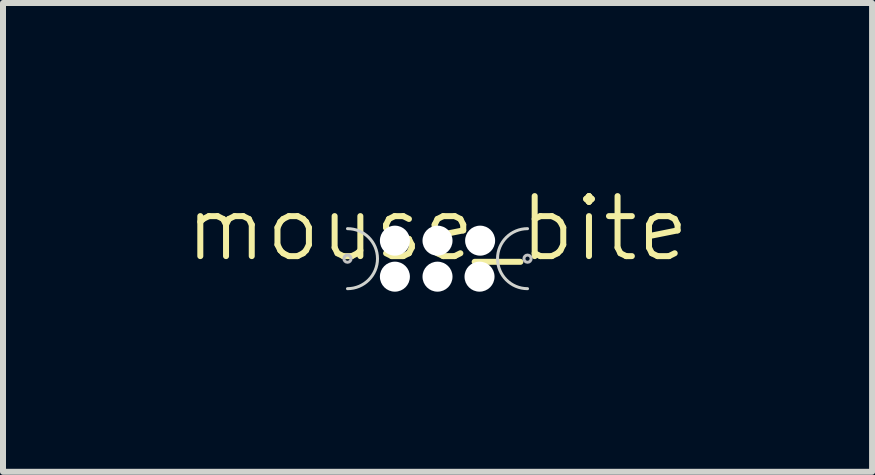
<source format=kicad_pcb>
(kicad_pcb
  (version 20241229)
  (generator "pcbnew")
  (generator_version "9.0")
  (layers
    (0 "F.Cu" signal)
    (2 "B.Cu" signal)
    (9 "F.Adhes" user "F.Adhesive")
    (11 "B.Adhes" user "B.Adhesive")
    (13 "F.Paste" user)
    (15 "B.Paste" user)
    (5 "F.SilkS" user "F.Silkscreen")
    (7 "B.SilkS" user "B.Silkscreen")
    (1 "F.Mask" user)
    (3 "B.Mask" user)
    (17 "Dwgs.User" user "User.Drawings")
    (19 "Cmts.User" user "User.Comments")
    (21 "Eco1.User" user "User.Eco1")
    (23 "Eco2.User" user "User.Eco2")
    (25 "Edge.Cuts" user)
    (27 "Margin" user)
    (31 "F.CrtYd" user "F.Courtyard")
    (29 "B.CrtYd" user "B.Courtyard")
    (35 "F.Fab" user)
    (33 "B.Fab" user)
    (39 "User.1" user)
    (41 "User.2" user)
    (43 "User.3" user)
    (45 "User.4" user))
  (footprint "mouse_bite"
    (layer "F.Cu")
    (at 4.24 1.26)
    (property "Reference" "mouse_bite" (at 0 -0.5 0) (unlocked yes) (layer "F.SilkS") (effects (font (size 1 1) (thickness 0.1))))
    (attr smd)
    (fp_circle (center -1.5 0) (end -1.44 0) (stroke (width 0.05) (type solid)) (fill no) (layer "Dwgs.User"))
    (fp_circle (center 1.5 0) (end 1.56 0) (stroke (width 0.05) (type solid)) (fill no) (layer "Dwgs.User"))
    (fp_arc (start -1.5 -0.5) (mid -1 0) (end -1.5 0.5) (stroke (width 0.05) (type solid)) (layer "Edge.Cuts"))
    (fp_arc (start 1.5 0.5) (mid 1 0) (end 1.5 -0.5) (stroke (width 0.05) (type solid)) (layer "Edge.Cuts"))
    (pad "" np_thru_hole circle (at -0.71 -0.3) (size 0.5 0.5) (drill 0.5) (layers "*.Cu" "*.Mask"))
    (pad "" np_thru_hole circle (at -0.71 0.3) (size 0.5 0.5) (drill 0.5) (layers "*.Cu" "*.Mask"))
    (pad "" np_thru_hole circle (at 0 -0.3) (size 0.5 0.5) (drill 0.5) (layers "*.Cu" "*.Mask"))
    (pad "" np_thru_hole circle (at 0 0.3) (size 0.5 0.5) (drill 0.5) (layers "*.Cu" "*.Mask"))
    (pad "" np_thru_hole circle (at 0.7 0.3) (size 0.5 0.5) (drill 0.5) (layers "*.Cu" "*.Mask"))
    (pad "" np_thru_hole circle (at 0.71 -0.3) (size 0.5 0.5) (drill 0.5) (layers "*.Cu" "*.Mask")))
  (gr_rect
    (start -3 -3)
    (end 11.481 4.811)
    (stroke (width 0.1) (type default))
    (fill no)
    (layer "Edge.Cuts")))
</source>
